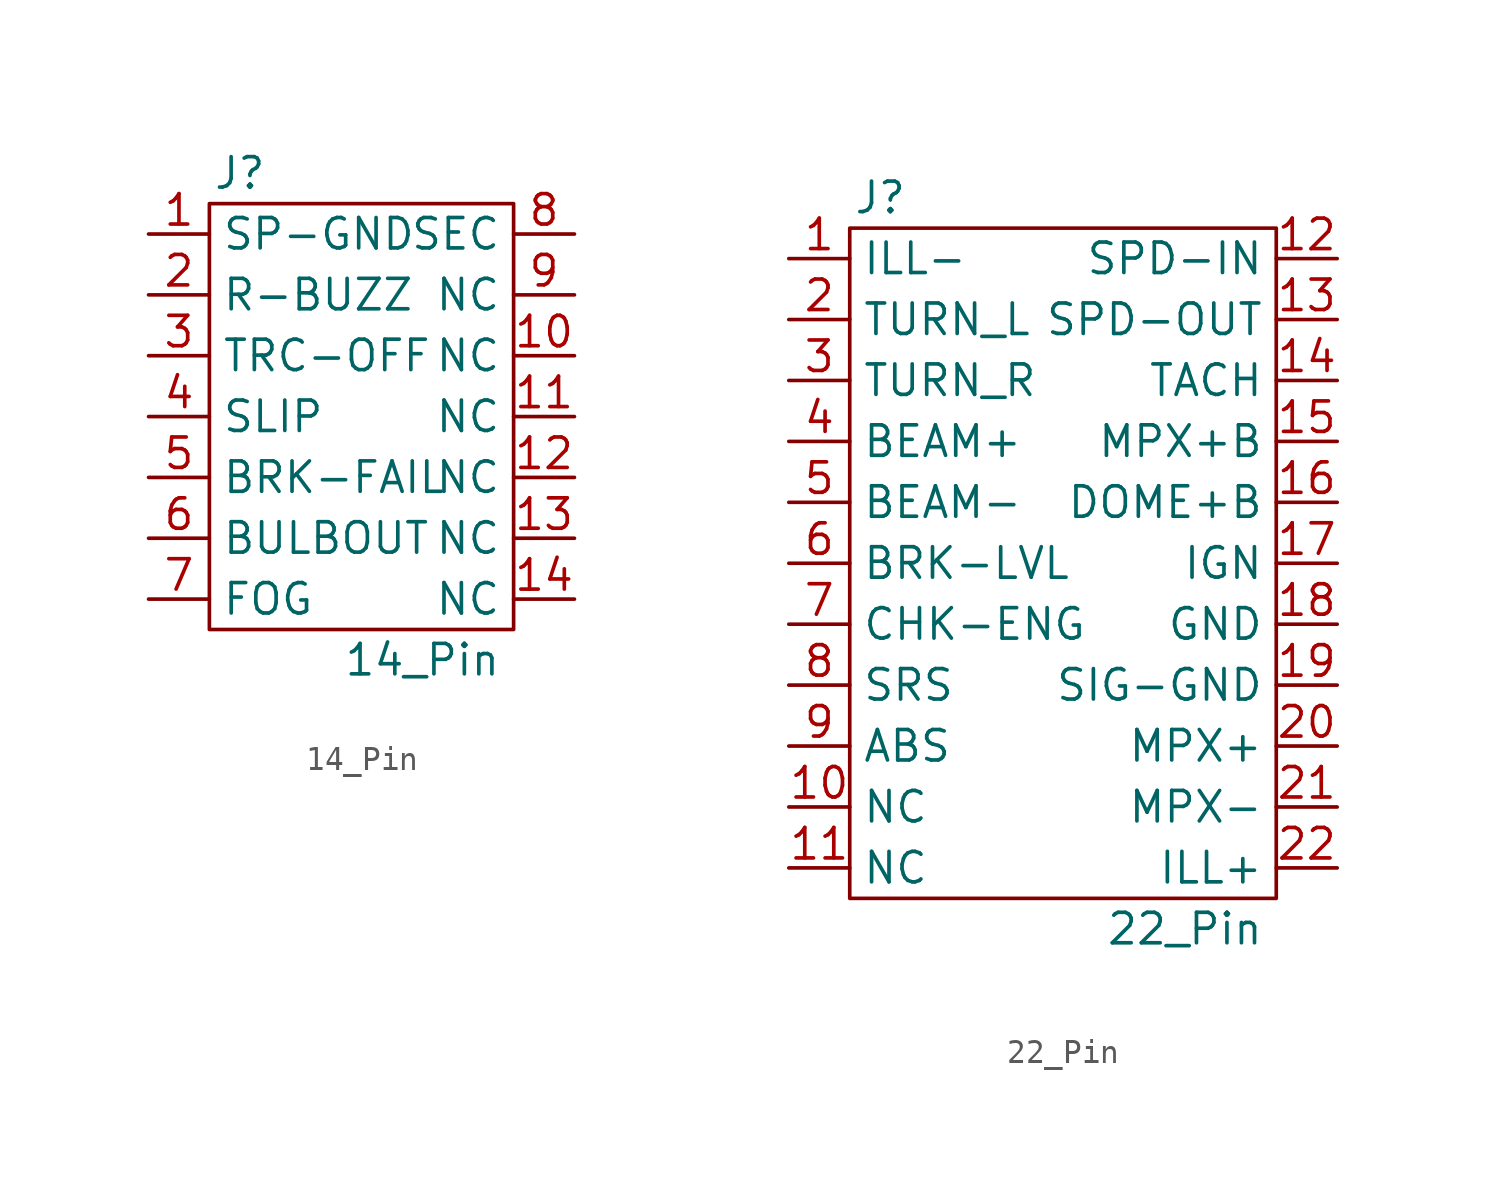
<source format=kicad_sym>
(kicad_symbol_lib
  (version 20220914)
  (generator kicad_symbol_editor)
  (symbol "14_Pin"
    (property "Reference" "J"
      (at -5.08 10.16 0)
      (effects (font (size 1.27 1.27))))
    (property "Value" "14_Pin"
      (at 2.54 -10.16 0)
      (effects (font (size 1.27 1.27))))
    (symbol "14_Pin_0_1"
      (rectangle (start -6.35 8.89) (end 6.35 -8.89) (stroke (width 0) (type default)) (fill (type none))))
    (symbol "14_Pin_1_1"
      (pin input line (at -8.89 7.62 0) (length 2.54) (name "SP-GND" (effects (font (size 1.27 1.27)))) (number "1" (effects (font (size 1.27 1.27)))))
      (pin input line (at 8.89 2.54 180) (length 2.54) (name "NC" (effects (font (size 1.27 1.27)))) (number "10" (effects (font (size 1.27 1.27)))))
      (pin input line (at 8.89 0 180) (length 2.54) (name "NC" (effects (font (size 1.27 1.27)))) (number "11" (effects (font (size 1.27 1.27)))))
      (pin input line (at 8.89 -2.54 180) (length 2.54) (name "NC" (effects (font (size 1.27 1.27)))) (number "12" (effects (font (size 1.27 1.27)))))
      (pin input line (at 8.89 -5.08 180) (length 2.54) (name "NC" (effects (font (size 1.27 1.27)))) (number "13" (effects (font (size 1.27 1.27)))))
      (pin input line (at 8.89 -7.62 180) (length 2.54) (name "NC" (effects (font (size 1.27 1.27)))) (number "14" (effects (font (size 1.27 1.27)))))
      (pin input line (at -8.89 5.08 0) (length 2.54) (name "R-BUZZ" (effects (font (size 1.27 1.27)))) (number "2" (effects (font (size 1.27 1.27)))))
      (pin input line (at -8.89 2.54 0) (length 2.54) (name "TRC-OFF" (effects (font (size 1.27 1.27)))) (number "3" (effects (font (size 1.27 1.27)))))
      (pin input line (at -8.89 0 0) (length 2.54) (name "SLIP" (effects (font (size 1.27 1.27)))) (number "4" (effects (font (size 1.27 1.27)))))
      (pin input line (at -8.89 -2.54 0) (length 2.54) (name "BRK-FAIL" (effects (font (size 1.27 1.27)))) (number "5" (effects (font (size 1.27 1.27)))))
      (pin input line (at -8.89 -5.08 0) (length 2.54) (name "BULBOUT" (effects (font (size 1.27 1.27)))) (number "6" (effects (font (size 1.27 1.27)))))
      (pin input line (at -8.89 -7.62 0) (length 2.54) (name "FOG" (effects (font (size 1.27 1.27)))) (number "7" (effects (font (size 1.27 1.27)))))
      (pin input line (at 8.89 7.62 180) (length 2.54) (name "SEC" (effects (font (size 1.27 1.27)))) (number "8" (effects (font (size 1.27 1.27)))))
      (pin input line (at 8.89 5.08 180) (length 2.54) (name "NC" (effects (font (size 1.27 1.27)))) (number "9" (effects (font (size 1.27 1.27)))))))
  (symbol "22_Pin"
    (property "Reference" "J"
      (at -7.62 15.24 0)
      (effects (font (size 1.27 1.27))))
    (property "Value" "22_Pin"
      (at 5.08 -15.24 0)
      (effects (font (size 1.27 1.27))))
    (symbol "22_Pin_0_1"
      (rectangle (start -8.89 13.97) (end 8.89 -13.97) (stroke (width 0) (type default)) (fill (type none))))
    (symbol "22_Pin_1_1"
      (pin input line (at -11.43 12.7 0) (length 2.54) (name "ILL-" (effects (font (size 1.27 1.27)))) (number "1" (effects (font (size 1.27 1.27)))))
      (pin input line (at -11.43 -10.16 0) (length 2.54) (name "NC" (effects (font (size 1.27 1.27)))) (number "10" (effects (font (size 1.27 1.27)))))
      (pin input line (at -11.43 -12.7 0) (length 2.54) (name "NC" (effects (font (size 1.27 1.27)))) (number "11" (effects (font (size 1.27 1.27)))))
      (pin input line (at 11.43 12.7 180) (length 2.54) (name "SPD-IN" (effects (font (size 1.27 1.27)))) (number "12" (effects (font (size 1.27 1.27)))))
      (pin input line (at 11.43 10.16 180) (length 2.54) (name "SPD-OUT" (effects (font (size 1.27 1.27)))) (number "13" (effects (font (size 1.27 1.27)))))
      (pin input line (at 11.43 7.62 180) (length 2.54) (name "TACH" (effects (font (size 1.27 1.27)))) (number "14" (effects (font (size 1.27 1.27)))))
      (pin input line (at 11.43 5.08 180) (length 2.54) (name "MPX+B" (effects (font (size 1.27 1.27)))) (number "15" (effects (font (size 1.27 1.27)))))
      (pin input line (at 11.43 2.54 180) (length 2.54) (name "DOME+B" (effects (font (size 1.27 1.27)))) (number "16" (effects (font (size 1.27 1.27)))))
      (pin input line (at 11.43 0 180) (length 2.54) (name "IGN" (effects (font (size 1.27 1.27)))) (number "17" (effects (font (size 1.27 1.27)))))
      (pin input line (at 11.43 -2.54 180) (length 2.54) (name "GND" (effects (font (size 1.27 1.27)))) (number "18" (effects (font (size 1.27 1.27)))))
      (pin input line (at 11.43 -5.08 180) (length 2.54) (name "SIG-GND" (effects (font (size 1.27 1.27)))) (number "19" (effects (font (size 1.27 1.27)))))
      (pin input line (at -11.43 10.16 0) (length 2.54) (name "TURN_L" (effects (font (size 1.27 1.27)))) (number "2" (effects (font (size 1.27 1.27)))))
      (pin input line (at 11.43 -7.62 180) (length 2.54) (name "MPX+" (effects (font (size 1.27 1.27)))) (number "20" (effects (font (size 1.27 1.27)))))
      (pin input line (at 11.43 -10.16 180) (length 2.54) (name "MPX-" (effects (font (size 1.27 1.27)))) (number "21" (effects (font (size 1.27 1.27)))))
      (pin input line (at 11.43 -12.7 180) (length 2.54) (name "ILL+" (effects (font (size 1.27 1.27)))) (number "22" (effects (font (size 1.27 1.27)))))
      (pin input line (at -11.43 7.62 0) (length 2.54) (name "TURN_R" (effects (font (size 1.27 1.27)))) (number "3" (effects (font (size 1.27 1.27)))))
      (pin input line (at -11.43 5.08 0) (length 2.54) (name "BEAM+" (effects (font (size 1.27 1.27)))) (number "4" (effects (font (size 1.27 1.27)))))
      (pin input line (at -11.43 2.54 0) (length 2.54) (name "BEAM-" (effects (font (size 1.27 1.27)))) (number "5" (effects (font (size 1.27 1.27)))))
      (pin input line (at -11.43 0 0) (length 2.54) (name "BRK-LVL" (effects (font (size 1.27 1.27)))) (number "6" (effects (font (size 1.27 1.27)))))
      (pin input line (at -11.43 -2.54 0) (length 2.54) (name "CHK-ENG" (effects (font (size 1.27 1.27)))) (number "7" (effects (font (size 1.27 1.27)))))
      (pin input line (at -11.43 -5.08 0) (length 2.54) (name "SRS" (effects (font (size 1.27 1.27)))) (number "8" (effects (font (size 1.27 1.27)))))
      (pin input line (at -11.43 -7.62 0) (length 2.54) (name "ABS" (effects (font (size 1.27 1.27)))) (number "9" (effects (font (size 1.27 1.27))))))))
</source>
